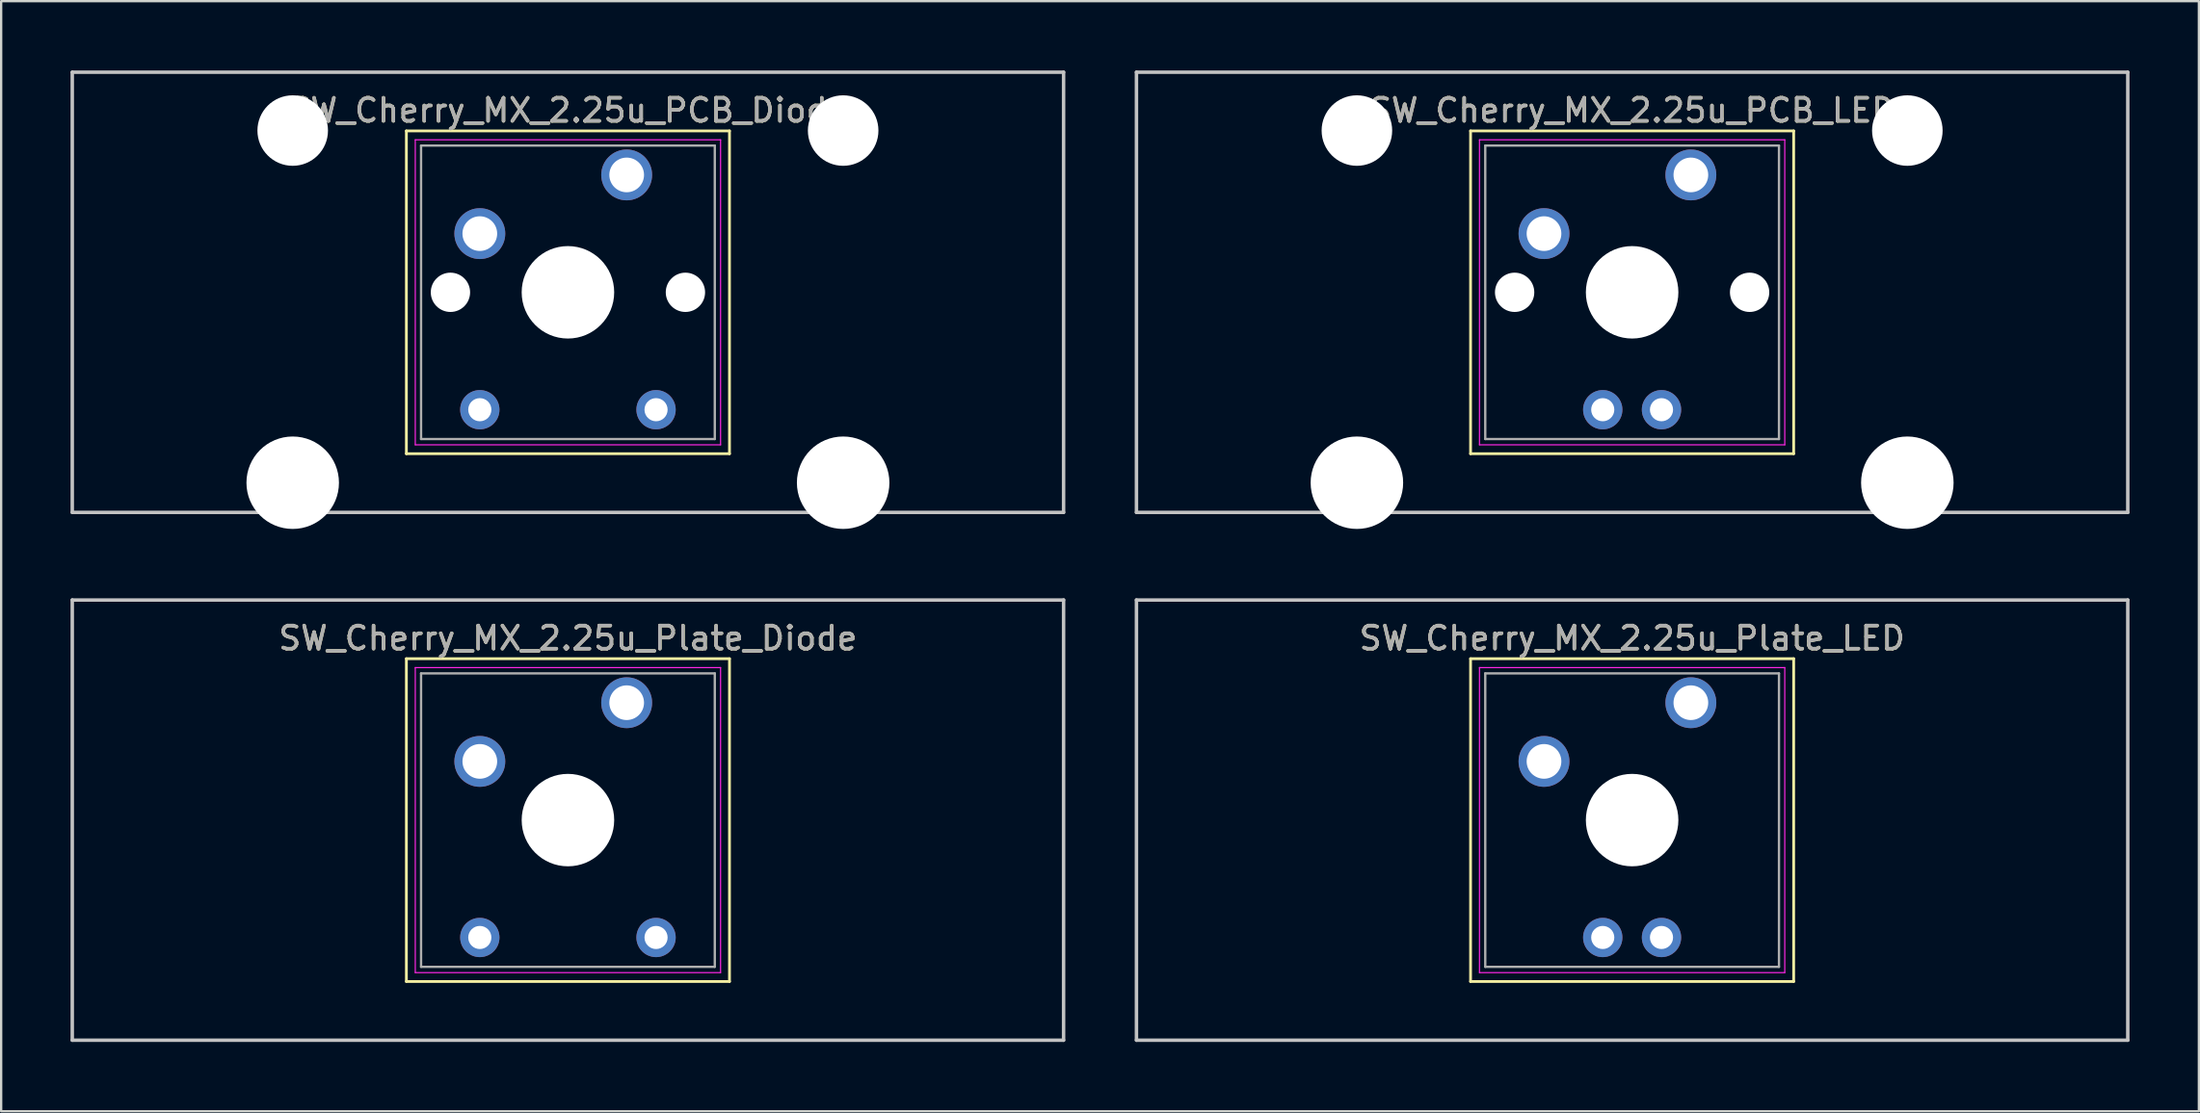
<source format=kicad_pcb>
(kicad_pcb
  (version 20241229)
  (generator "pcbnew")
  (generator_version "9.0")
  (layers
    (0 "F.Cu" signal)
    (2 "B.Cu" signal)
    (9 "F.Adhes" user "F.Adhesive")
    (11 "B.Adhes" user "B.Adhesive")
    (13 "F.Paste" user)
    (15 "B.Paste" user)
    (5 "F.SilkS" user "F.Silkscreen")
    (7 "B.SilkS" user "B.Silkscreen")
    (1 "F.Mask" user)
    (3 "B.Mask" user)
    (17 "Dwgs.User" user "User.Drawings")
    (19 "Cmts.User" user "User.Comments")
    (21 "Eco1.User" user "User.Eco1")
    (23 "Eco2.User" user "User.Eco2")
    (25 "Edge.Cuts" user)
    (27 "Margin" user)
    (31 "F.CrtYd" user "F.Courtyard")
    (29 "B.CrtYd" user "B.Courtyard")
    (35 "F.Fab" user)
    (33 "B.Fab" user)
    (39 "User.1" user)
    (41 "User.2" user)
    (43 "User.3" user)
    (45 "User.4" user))
  (footprint "SW_Cherry_MX_2.25u_PCB_LED"
    (layer "F.Cu")
    (at 70.059 4.52)
    (property "Reference" "SW_Cherry_MX_2.25u_PCB_LED" (at -2.54 -2.794 0) (layer "F.SilkS") (effects (font (size 1 1) (thickness 0.15))))
    (attr through_hole)
    (fp_line (start -9.525 -1.905) (end 4.445 -1.905) (stroke (width 0.12) (type solid)) (layer "F.SilkS"))
    (fp_line (start -9.525 12.065) (end -9.525 -1.905) (stroke (width 0.12) (type solid)) (layer "F.SilkS"))
    (fp_line (start 4.445 -1.905) (end 4.445 12.065) (stroke (width 0.12) (type solid)) (layer "F.SilkS"))
    (fp_line (start 4.445 12.065) (end -9.525 12.065) (stroke (width 0.12) (type solid)) (layer "F.SilkS"))
    (fp_line (start -23.971 -4.445) (end 18.891 -4.445) (stroke (width 0.15) (type solid)) (layer "Dwgs.User"))
    (fp_line (start -23.971 14.605) (end -23.971 -4.445) (stroke (width 0.15) (type solid)) (layer "Dwgs.User"))
    (fp_line (start 18.891 -4.445) (end 18.891 14.605) (stroke (width 0.15) (type solid)) (layer "Dwgs.User"))
    (fp_line (start 18.891 14.605) (end -23.971 14.605) (stroke (width 0.15) (type solid)) (layer "Dwgs.User"))
    (fp_line (start -9.14 -1.52) (end 4.06 -1.52) (stroke (width 0.05) (type solid)) (layer "F.CrtYd"))
    (fp_line (start -9.14 11.68) (end -9.14 -1.52) (stroke (width 0.05) (type solid)) (layer "F.CrtYd"))
    (fp_line (start 4.06 -1.52) (end 4.06 11.68) (stroke (width 0.05) (type solid)) (layer "F.CrtYd"))
    (fp_line (start 4.06 11.68) (end -9.14 11.68) (stroke (width 0.05) (type solid)) (layer "F.CrtYd"))
    (fp_line (start -8.89 -1.27) (end 3.81 -1.27) (stroke (width 0.1) (type solid)) (layer "F.Fab"))
    (fp_line (start -8.89 11.43) (end -8.89 -1.27) (stroke (width 0.1) (type solid)) (layer "F.Fab"))
    (fp_line (start 3.81 -1.27) (end 3.81 11.43) (stroke (width 0.1) (type solid)) (layer "F.Fab"))
    (fp_line (start 3.81 11.43) (end -8.89 11.43) (stroke (width 0.1) (type solid)) (layer "F.Fab"))
    (fp_text user "${REFERENCE}" (at -2.54 -2.794 0) (layer "F.Fab") (effects (font (size 1 1) (thickness 0.15))))
    (pad "" np_thru_hole circle (at -14.44 -1.92) (size 3.05 3.05) (drill 3.05) (layers "*.Cu" "*.Mask"))
    (pad "" np_thru_hole circle (at -14.44 13.32) (size 4 4) (drill 4) (layers "*.Cu" "*.Mask"))
    (pad "" np_thru_hole circle (at -7.62 5.08) (size 1.7 1.7) (drill 1.7) (layers "*.Cu" "*.Mask"))
    (pad "" np_thru_hole circle (at -2.54 5.08) (size 4 4) (drill 4) (layers "*.Cu" "*.Mask"))
    (pad "" np_thru_hole circle (at 2.54 5.08) (size 1.7 1.7) (drill 1.7) (layers "*.Cu" "*.Mask"))
    (pad "" np_thru_hole circle (at 9.36 -1.92) (size 3.05 3.05) (drill 3.05) (layers "*.Cu" "*.Mask"))
    (pad "" np_thru_hole circle (at 9.36 13.32) (size 4 4) (drill 4) (layers "*.Cu" "*.Mask"))
    (pad "1" thru_hole circle (at 0 0) (size 2.2 2.2) (drill 1.5) (layers "*.Cu" "*.Mask"))
    (pad "2" thru_hole circle (at -6.35 2.54) (size 2.2 2.2) (drill 1.5) (layers "*.Cu" "*.Mask"))
    (pad "3" thru_hole circle (at -1.27 10.16) (size 1.7 1.7) (drill 1) (layers "*.Cu" "*.Mask"))
    (pad "4" thru_hole circle (at -3.81 10.16) (size 1.7 1.7) (drill 1) (layers "*.Cu" "*.Mask")))
  (footprint "SW_Cherry_MX_2.25u_Plate_Diode"
    (layer "F.Cu")
    (at 24.046 27.36)
    (property "Reference" "SW_Cherry_MX_2.25u_Plate_Diode" (at -2.54 -2.794 0) (layer "F.SilkS") (effects (font (size 1 1) (thickness 0.15))))
    (attr through_hole)
    (fp_line (start -9.525 -1.905) (end 4.445 -1.905) (stroke (width 0.12) (type solid)) (layer "F.SilkS"))
    (fp_line (start -9.525 12.065) (end -9.525 -1.905) (stroke (width 0.12) (type solid)) (layer "F.SilkS"))
    (fp_line (start 4.445 -1.905) (end 4.445 12.065) (stroke (width 0.12) (type solid)) (layer "F.SilkS"))
    (fp_line (start 4.445 12.065) (end -9.525 12.065) (stroke (width 0.12) (type solid)) (layer "F.SilkS"))
    (fp_line (start -23.971 -4.445) (end 18.891 -4.445) (stroke (width 0.15) (type solid)) (layer "Dwgs.User"))
    (fp_line (start -23.971 14.605) (end -23.971 -4.445) (stroke (width 0.15) (type solid)) (layer "Dwgs.User"))
    (fp_line (start 18.891 -4.445) (end 18.891 14.605) (stroke (width 0.15) (type solid)) (layer "Dwgs.User"))
    (fp_line (start 18.891 14.605) (end -23.971 14.605) (stroke (width 0.15) (type solid)) (layer "Dwgs.User"))
    (fp_line (start -9.14 -1.52) (end 4.06 -1.52) (stroke (width 0.05) (type solid)) (layer "F.CrtYd"))
    (fp_line (start -9.14 11.68) (end -9.14 -1.52) (stroke (width 0.05) (type solid)) (layer "F.CrtYd"))
    (fp_line (start 4.06 -1.52) (end 4.06 11.68) (stroke (width 0.05) (type solid)) (layer "F.CrtYd"))
    (fp_line (start 4.06 11.68) (end -9.14 11.68) (stroke (width 0.05) (type solid)) (layer "F.CrtYd"))
    (fp_line (start -8.89 -1.27) (end 3.81 -1.27) (stroke (width 0.1) (type solid)) (layer "F.Fab"))
    (fp_line (start -8.89 11.43) (end -8.89 -1.27) (stroke (width 0.1) (type solid)) (layer "F.Fab"))
    (fp_line (start 3.81 -1.27) (end 3.81 11.43) (stroke (width 0.1) (type solid)) (layer "F.Fab"))
    (fp_line (start 3.81 11.43) (end -8.89 11.43) (stroke (width 0.1) (type solid)) (layer "F.Fab"))
    (fp_text user "${REFERENCE}" (at -2.54 -2.794 0) (layer "F.Fab") (effects (font (size 1 1) (thickness 0.15))))
    (pad "" np_thru_hole circle (at -2.54 5.08) (size 4 4) (drill 4) (layers "*.Cu" "*.Mask"))
    (pad "1" thru_hole circle (at 0 0) (size 2.2 2.2) (drill 1.5) (layers "*.Cu" "*.Mask"))
    (pad "2" thru_hole circle (at -6.35 2.54) (size 2.2 2.2) (drill 1.5) (layers "*.Cu" "*.Mask"))
    (pad "3" thru_hole circle (at 1.27 10.16) (size 1.7 1.7) (drill 1) (layers "*.Cu" "*.Mask"))
    (pad "4" thru_hole circle (at -6.35 10.16) (size 1.7 1.7) (drill 1) (layers "*.Cu" "*.Mask")))
  (footprint "SW_Cherry_MX_2.25u_Plate_LED"
    (layer "F.Cu")
    (at 70.059 27.36)
    (property "Reference" "SW_Cherry_MX_2.25u_Plate_LED" (at -2.54 -2.794 0) (layer "F.SilkS") (effects (font (size 1 1) (thickness 0.15))))
    (attr through_hole)
    (fp_line (start -9.525 -1.905) (end 4.445 -1.905) (stroke (width 0.12) (type solid)) (layer "F.SilkS"))
    (fp_line (start -9.525 12.065) (end -9.525 -1.905) (stroke (width 0.12) (type solid)) (layer "F.SilkS"))
    (fp_line (start 4.445 -1.905) (end 4.445 12.065) (stroke (width 0.12) (type solid)) (layer "F.SilkS"))
    (fp_line (start 4.445 12.065) (end -9.525 12.065) (stroke (width 0.12) (type solid)) (layer "F.SilkS"))
    (fp_line (start -23.971 -4.445) (end 18.891 -4.445) (stroke (width 0.15) (type solid)) (layer "Dwgs.User"))
    (fp_line (start -23.971 14.605) (end -23.971 -4.445) (stroke (width 0.15) (type solid)) (layer "Dwgs.User"))
    (fp_line (start 18.891 -4.445) (end 18.891 14.605) (stroke (width 0.15) (type solid)) (layer "Dwgs.User"))
    (fp_line (start 18.891 14.605) (end -23.971 14.605) (stroke (width 0.15) (type solid)) (layer "Dwgs.User"))
    (fp_line (start -9.14 -1.52) (end 4.06 -1.52) (stroke (width 0.05) (type solid)) (layer "F.CrtYd"))
    (fp_line (start -9.14 11.68) (end -9.14 -1.52) (stroke (width 0.05) (type solid)) (layer "F.CrtYd"))
    (fp_line (start 4.06 -1.52) (end 4.06 11.68) (stroke (width 0.05) (type solid)) (layer "F.CrtYd"))
    (fp_line (start 4.06 11.68) (end -9.14 11.68) (stroke (width 0.05) (type solid)) (layer "F.CrtYd"))
    (fp_line (start -8.89 -1.27) (end 3.81 -1.27) (stroke (width 0.1) (type solid)) (layer "F.Fab"))
    (fp_line (start -8.89 11.43) (end -8.89 -1.27) (stroke (width 0.1) (type solid)) (layer "F.Fab"))
    (fp_line (start 3.81 -1.27) (end 3.81 11.43) (stroke (width 0.1) (type solid)) (layer "F.Fab"))
    (fp_line (start 3.81 11.43) (end -8.89 11.43) (stroke (width 0.1) (type solid)) (layer "F.Fab"))
    (fp_text user "${REFERENCE}" (at -2.54 -2.794 0) (layer "F.Fab") (effects (font (size 1 1) (thickness 0.15))))
    (pad "" np_thru_hole circle (at -2.54 5.08) (size 4 4) (drill 4) (layers "*.Cu" "*.Mask"))
    (pad "1" thru_hole circle (at 0 0) (size 2.2 2.2) (drill 1.5) (layers "*.Cu" "*.Mask"))
    (pad "2" thru_hole circle (at -6.35 2.54) (size 2.2 2.2) (drill 1.5) (layers "*.Cu" "*.Mask"))
    (pad "3" thru_hole circle (at -1.27 10.16) (size 1.7 1.7) (drill 1) (layers "*.Cu" "*.Mask"))
    (pad "4" thru_hole circle (at -3.81 10.16) (size 1.7 1.7) (drill 1) (layers "*.Cu" "*.Mask")))
  (footprint "SW_Cherry_MX_2.25u_PCB_Diode"
    (layer "F.Cu")
    (at 24.046 4.52)
    (property "Reference" "SW_Cherry_MX_2.25u_PCB_Diode" (at -2.54 -2.794 0) (layer "F.SilkS") (effects (font (size 1 1) (thickness 0.15))))
    (attr through_hole)
    (fp_line (start -9.525 -1.905) (end 4.445 -1.905) (stroke (width 0.12) (type solid)) (layer "F.SilkS"))
    (fp_line (start -9.525 12.065) (end -9.525 -1.905) (stroke (width 0.12) (type solid)) (layer "F.SilkS"))
    (fp_line (start 4.445 -1.905) (end 4.445 12.065) (stroke (width 0.12) (type solid)) (layer "F.SilkS"))
    (fp_line (start 4.445 12.065) (end -9.525 12.065) (stroke (width 0.12) (type solid)) (layer "F.SilkS"))
    (fp_line (start -23.971 -4.445) (end 18.891 -4.445) (stroke (width 0.15) (type solid)) (layer "Dwgs.User"))
    (fp_line (start -23.971 14.605) (end -23.971 -4.445) (stroke (width 0.15) (type solid)) (layer "Dwgs.User"))
    (fp_line (start 18.891 -4.445) (end 18.891 14.605) (stroke (width 0.15) (type solid)) (layer "Dwgs.User"))
    (fp_line (start 18.891 14.605) (end -23.971 14.605) (stroke (width 0.15) (type solid)) (layer "Dwgs.User"))
    (fp_line (start -9.14 -1.52) (end 4.06 -1.52) (stroke (width 0.05) (type solid)) (layer "F.CrtYd"))
    (fp_line (start -9.14 11.68) (end -9.14 -1.52) (stroke (width 0.05) (type solid)) (layer "F.CrtYd"))
    (fp_line (start 4.06 -1.52) (end 4.06 11.68) (stroke (width 0.05) (type solid)) (layer "F.CrtYd"))
    (fp_line (start 4.06 11.68) (end -9.14 11.68) (stroke (width 0.05) (type solid)) (layer "F.CrtYd"))
    (fp_line (start -8.89 -1.27) (end 3.81 -1.27) (stroke (width 0.1) (type solid)) (layer "F.Fab"))
    (fp_line (start -8.89 11.43) (end -8.89 -1.27) (stroke (width 0.1) (type solid)) (layer "F.Fab"))
    (fp_line (start 3.81 -1.27) (end 3.81 11.43) (stroke (width 0.1) (type solid)) (layer "F.Fab"))
    (fp_line (start 3.81 11.43) (end -8.89 11.43) (stroke (width 0.1) (type solid)) (layer "F.Fab"))
    (fp_text user "${REFERENCE}" (at -2.54 -2.794 0) (layer "F.Fab") (effects (font (size 1 1) (thickness 0.15))))
    (pad "" np_thru_hole circle (at -14.44 -1.92) (size 3.05 3.05) (drill 3.05) (layers "*.Cu" "*.Mask"))
    (pad "" np_thru_hole circle (at -14.44 13.32) (size 4 4) (drill 4) (layers "*.Cu" "*.Mask"))
    (pad "" np_thru_hole circle (at -7.62 5.08) (size 1.7 1.7) (drill 1.7) (layers "*.Cu" "*.Mask"))
    (pad "" np_thru_hole circle (at -2.54 5.08) (size 4 4) (drill 4) (layers "*.Cu" "*.Mask"))
    (pad "" np_thru_hole circle (at 2.54 5.08) (size 1.7 1.7) (drill 1.7) (layers "*.Cu" "*.Mask"))
    (pad "" np_thru_hole circle (at 9.36 -1.92) (size 3.05 3.05) (drill 3.05) (layers "*.Cu" "*.Mask"))
    (pad "" np_thru_hole circle (at 9.36 13.32) (size 4 4) (drill 4) (layers "*.Cu" "*.Mask"))
    (pad "1" thru_hole circle (at 0 0) (size 2.2 2.2) (drill 1.5) (layers "*.Cu" "*.Mask"))
    (pad "2" thru_hole circle (at -6.35 2.54) (size 2.2 2.2) (drill 1.5) (layers "*.Cu" "*.Mask"))
    (pad "3" thru_hole circle (at 1.27 10.16) (size 1.7 1.7) (drill 1) (layers "*.Cu" "*.Mask"))
    (pad "4" thru_hole circle (at -6.35 10.16) (size 1.7 1.7) (drill 1) (layers "*.Cu" "*.Mask")))
  (gr_rect
    (start -3 -3)
    (end 92.025 45.04)
    (stroke (width 0.1) (type default))
    (fill no)
    (layer "Edge.Cuts")))
</source>
